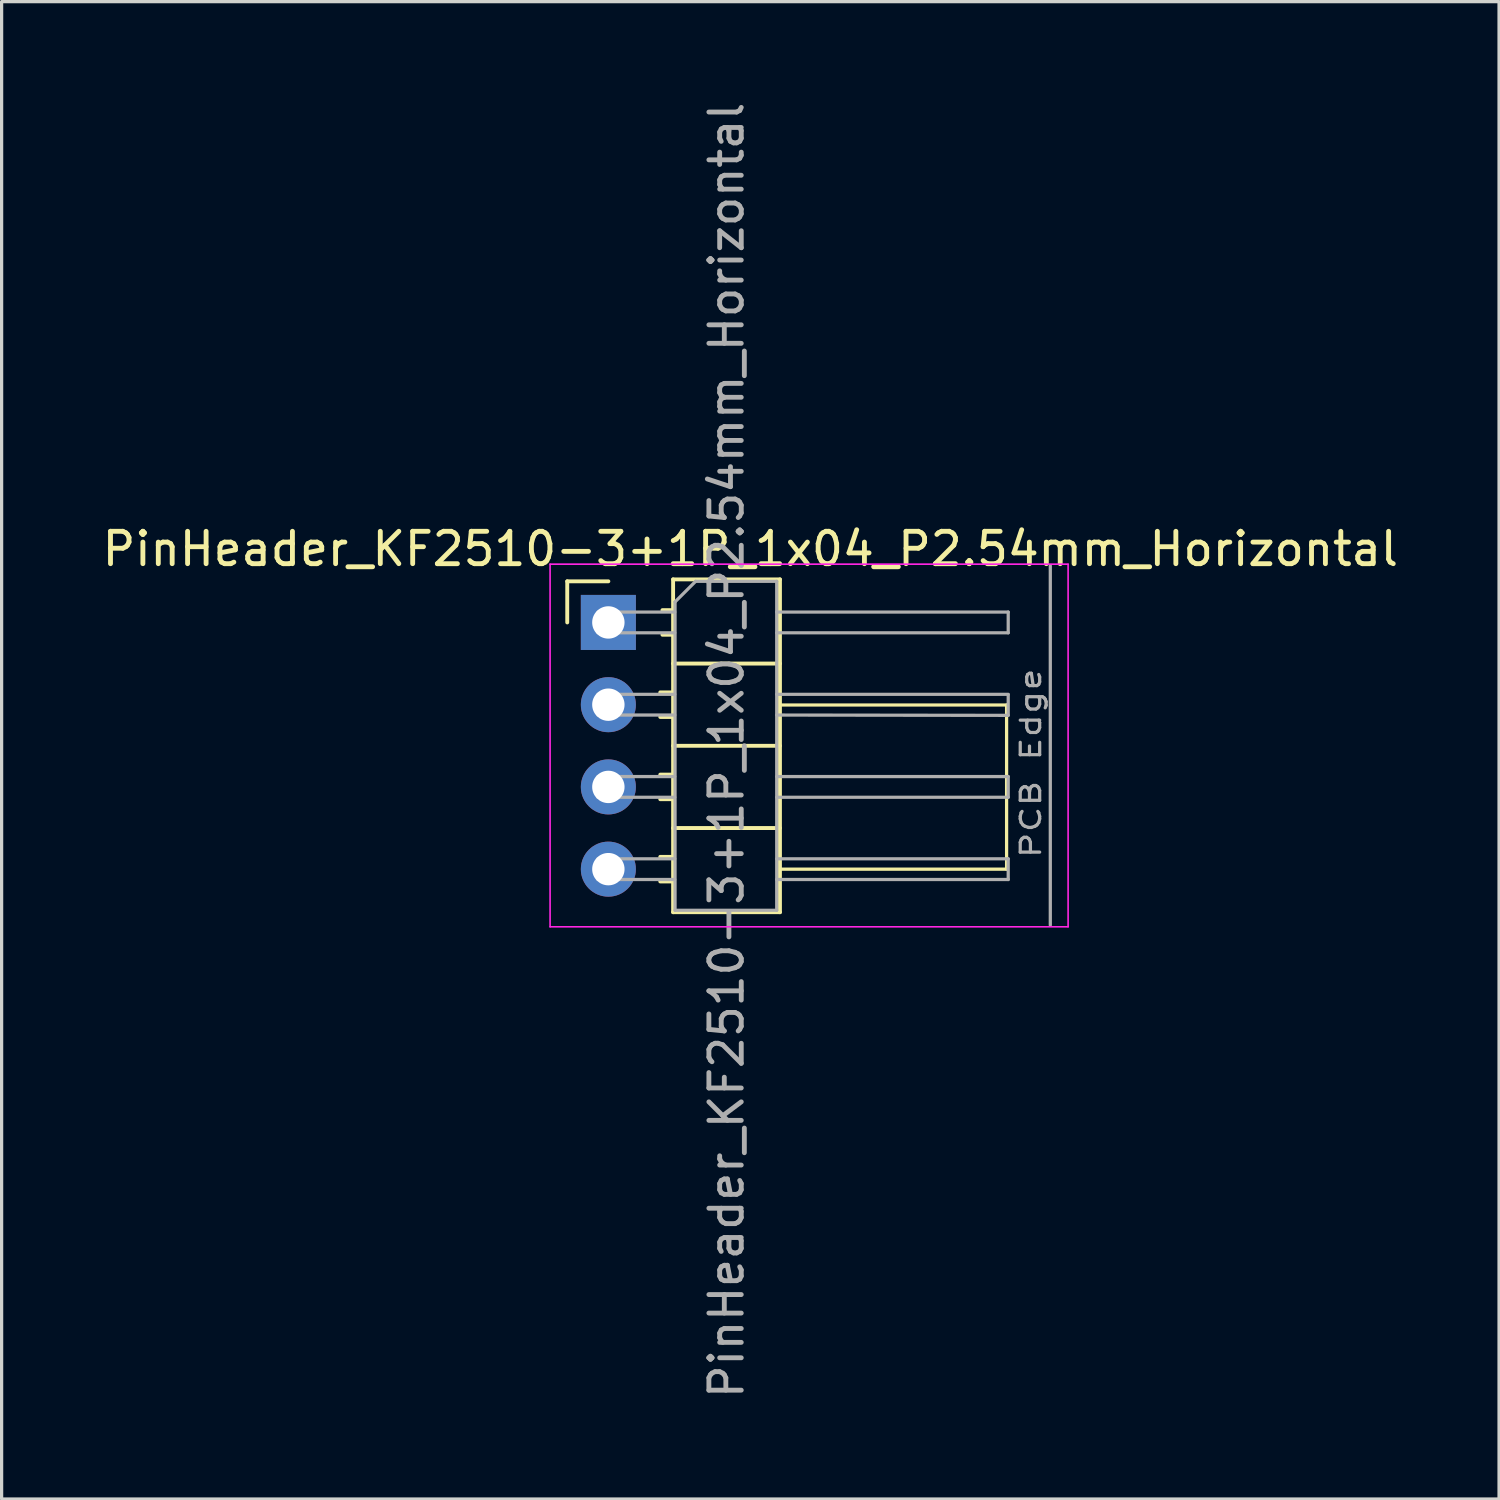
<source format=kicad_pcb>
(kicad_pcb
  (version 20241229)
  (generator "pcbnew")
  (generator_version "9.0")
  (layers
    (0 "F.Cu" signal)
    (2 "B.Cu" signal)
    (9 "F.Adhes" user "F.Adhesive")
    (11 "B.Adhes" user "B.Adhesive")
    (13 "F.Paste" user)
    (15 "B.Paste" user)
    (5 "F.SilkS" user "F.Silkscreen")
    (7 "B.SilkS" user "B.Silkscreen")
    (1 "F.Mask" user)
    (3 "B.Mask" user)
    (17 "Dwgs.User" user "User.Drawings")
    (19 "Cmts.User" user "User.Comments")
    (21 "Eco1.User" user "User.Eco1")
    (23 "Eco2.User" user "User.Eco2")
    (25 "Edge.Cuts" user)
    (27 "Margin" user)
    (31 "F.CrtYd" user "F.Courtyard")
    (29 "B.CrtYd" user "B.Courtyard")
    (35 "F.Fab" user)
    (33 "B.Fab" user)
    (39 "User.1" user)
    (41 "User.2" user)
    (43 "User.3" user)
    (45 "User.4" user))
  (footprint "PinHeader_KF2510-3+1P_1x04_P2.54mm_Horizontal"
    (layer "F.Cu")
    (at 15.74 16.175)
    (property "Reference" "PinHeader_KF2510-3+1P_1x04_P2.54mm_Horizontal" (at 4.385 -2.27 0) (layer "F.SilkS") (effects (font (size 1 1) (thickness 0.15))))
    (attr through_hole)
    (fp_line (start -1.27 -1.27) (end 0 -1.27) (stroke (width 0.12) (type solid)) (layer "F.SilkS"))
    (fp_line (start -1.27 0) (end -1.27 -1.27) (stroke (width 0.12) (type solid)) (layer "F.SilkS"))
    (fp_line (start 1.603 2.16) (end 2 2.16) (stroke (width 0.12) (type solid)) (layer "F.SilkS"))
    (fp_line (start 1.603 2.92) (end 2 2.92) (stroke (width 0.12) (type solid)) (layer "F.SilkS"))
    (fp_line (start 1.603 4.7) (end 2 4.7) (stroke (width 0.12) (type solid)) (layer "F.SilkS"))
    (fp_line (start 1.603 5.46) (end 2 5.46) (stroke (width 0.12) (type solid)) (layer "F.SilkS"))
    (fp_line (start 1.603 7.24) (end 2 7.24) (stroke (width 0.12) (type solid)) (layer "F.SilkS"))
    (fp_line (start 1.603 8) (end 2 8) (stroke (width 0.12) (type solid)) (layer "F.SilkS"))
    (fp_line (start 1.67 -0.38) (end 2 -0.38) (stroke (width 0.12) (type solid)) (layer "F.SilkS"))
    (fp_line (start 1.67 0.38) (end 2 0.38) (stroke (width 0.12) (type solid)) (layer "F.SilkS"))
    (fp_line (start 2 -1.33) (end 2 8.95) (stroke (width 0.12) (type solid)) (layer "F.SilkS"))
    (fp_line (start 2 -1.33) (end 5.3 -1.33) (stroke (width 0.12) (type solid)) (layer "F.SilkS"))
    (fp_line (start 2 1.27) (end 5.3 1.27) (stroke (width 0.12) (type solid)) (layer "F.SilkS"))
    (fp_line (start 2 3.81) (end 5.3 3.81) (stroke (width 0.12) (type solid)) (layer "F.SilkS"))
    (fp_line (start 2 6.35) (end 5.3 6.35) (stroke (width 0.12) (type solid)) (layer "F.SilkS"))
    (fp_line (start 2 8.95) (end 5.3 8.95) (stroke (width 0.12) (type solid)) (layer "F.SilkS"))
    (fp_line (start 5.3 7.62) (end 12.3 7.62) (stroke (width 0.1) (type solid)) (layer "F.SilkS"))
    (fp_line (start 5.3 8.95) (end 5.3 -1.33) (stroke (width 0.12) (type solid)) (layer "F.SilkS"))
    (fp_line (start 5.35 2.55) (end 12.3 2.55) (stroke (width 0.1) (type solid)) (layer "F.SilkS"))
    (fp_line (start 12.3 2.55) (end 12.3 7.62) (stroke (width 0.1) (type default)) (layer "F.SilkS"))
    (fp_line (start -1.8 -1.8) (end -1.8 9.4) (stroke (width 0.05) (type solid)) (layer "F.CrtYd"))
    (fp_line (start -1.8 9.4) (end 14.2 9.4) (stroke (width 0.05) (type solid)) (layer "F.CrtYd"))
    (fp_line (start 14.2 -1.8) (end -1.8 -1.8) (stroke (width 0.05) (type solid)) (layer "F.CrtYd"))
    (fp_line (start 14.2 9.4) (end 14.2 -1.8) (stroke (width 0.05) (type solid)) (layer "F.CrtYd"))
    (fp_line (start -0.32 -0.32) (end -0.32 0.32) (stroke (width 0.1) (type solid)) (layer "F.Fab"))
    (fp_line (start -0.32 -0.32) (end 2.05 -0.32) (stroke (width 0.1) (type solid)) (layer "F.Fab"))
    (fp_line (start -0.32 0.32) (end 2.05 0.32) (stroke (width 0.1) (type solid)) (layer "F.Fab"))
    (fp_line (start -0.32 2.22) (end -0.32 2.86) (stroke (width 0.1) (type solid)) (layer "F.Fab"))
    (fp_line (start -0.32 2.22) (end 2.05 2.22) (stroke (width 0.1) (type solid)) (layer "F.Fab"))
    (fp_line (start -0.32 2.86) (end 2.05 2.86) (stroke (width 0.1) (type solid)) (layer "F.Fab"))
    (fp_line (start -0.32 4.76) (end -0.32 5.4) (stroke (width 0.1) (type solid)) (layer "F.Fab"))
    (fp_line (start -0.32 4.76) (end 2.05 4.76) (stroke (width 0.1) (type solid)) (layer "F.Fab"))
    (fp_line (start -0.32 5.4) (end 2.05 5.4) (stroke (width 0.1) (type solid)) (layer "F.Fab"))
    (fp_line (start -0.32 7.3) (end -0.32 7.94) (stroke (width 0.1) (type solid)) (layer "F.Fab"))
    (fp_line (start -0.32 7.3) (end 2.05 7.3) (stroke (width 0.1) (type solid)) (layer "F.Fab"))
    (fp_line (start -0.32 7.94) (end 2.05 7.94) (stroke (width 0.1) (type solid)) (layer "F.Fab"))
    (fp_line (start 2.06 -0.635) (end 2.695 -1.27) (stroke (width 0.1) (type solid)) (layer "F.Fab"))
    (fp_line (start 2.06 8.89) (end 2.06 -0.635) (stroke (width 0.1) (type solid)) (layer "F.Fab"))
    (fp_line (start 2.695 -1.27) (end 5.2 -1.27) (stroke (width 0.1) (type solid)) (layer "F.Fab"))
    (fp_line (start 5.2 -1.27) (end 5.2 8.89) (stroke (width 0.1) (type solid)) (layer "F.Fab"))
    (fp_line (start 5.2 -0.32) (end 12.35 -0.32) (stroke (width 0.1) (type solid)) (layer "F.Fab"))
    (fp_line (start 5.2 0.32) (end 12.35 0.32) (stroke (width 0.1) (type solid)) (layer "F.Fab"))
    (fp_line (start 5.2 2.22) (end 12.35 2.22) (stroke (width 0.1) (type solid)) (layer "F.Fab"))
    (fp_line (start 5.2 2.86) (end 12.35 2.87) (stroke (width 0.1) (type solid)) (layer "F.Fab"))
    (fp_line (start 5.2 4.76) (end 12.35 4.76) (stroke (width 0.1) (type solid)) (layer "F.Fab"))
    (fp_line (start 5.2 5.4) (end 12.35 5.4) (stroke (width 0.1) (type solid)) (layer "F.Fab"))
    (fp_line (start 5.2 7.3) (end 12.35 7.3) (stroke (width 0.1) (type solid)) (layer "F.Fab"))
    (fp_line (start 5.2 7.94) (end 12.35 7.94) (stroke (width 0.1) (type solid)) (layer "F.Fab"))
    (fp_line (start 5.2 8.89) (end 2.06 8.89) (stroke (width 0.1) (type solid)) (layer "F.Fab"))
    (fp_line (start 12.35 -0.32) (end 12.35 0.32) (stroke (width 0.1) (type solid)) (layer "F.Fab"))
    (fp_line (start 12.35 2.23) (end 12.35 2.87) (stroke (width 0.1) (type solid)) (layer "F.Fab"))
    (fp_line (start 12.35 4.76) (end 12.35 5.4) (stroke (width 0.1) (type solid)) (layer "F.Fab"))
    (fp_line (start 12.35 7.3) (end 12.35 7.94) (stroke (width 0.1) (type solid)) (layer "F.Fab"))
    (fp_line (start 13.65 -1.75) (end 13.65 9.35) (stroke (width 0.1) (type default)) (layer "F.Fab"))
    (fp_text user "${REFERENCE}" (at 3.65 3.95 90) (layer "F.Fab") (effects (font (size 1 1) (thickness 0.15))))
    (fp_text user "PCB Edge" (at 13.4 7.35 90) (unlocked yes) (layer "F.Fab") (effects (font (size 0.6 0.8) (thickness 0.1)) (justify left bottom)))
    (pad "1" thru_hole rect (at 0 0) (size 1.7 1.7) (drill 1) (layers "*.Cu" "*.Mask"))
    (pad "2" thru_hole oval (at 0 2.54) (size 1.7 1.7) (drill 1) (layers "*.Cu" "*.Mask"))
    (pad "3" thru_hole oval (at 0 5.08) (size 1.7 1.7) (drill 1) (layers "*.Cu" "*.Mask"))
    (pad "4" thru_hole oval (at 0 7.62) (size 1.7 1.7) (drill 1) (layers "*.Cu" "*.Mask")))
  (gr_rect
    (start -3 -3)
    (end 43.25 43.25)
    (stroke (width 0.1) (type default))
    (fill no)
    (layer "Edge.Cuts")))
</source>
